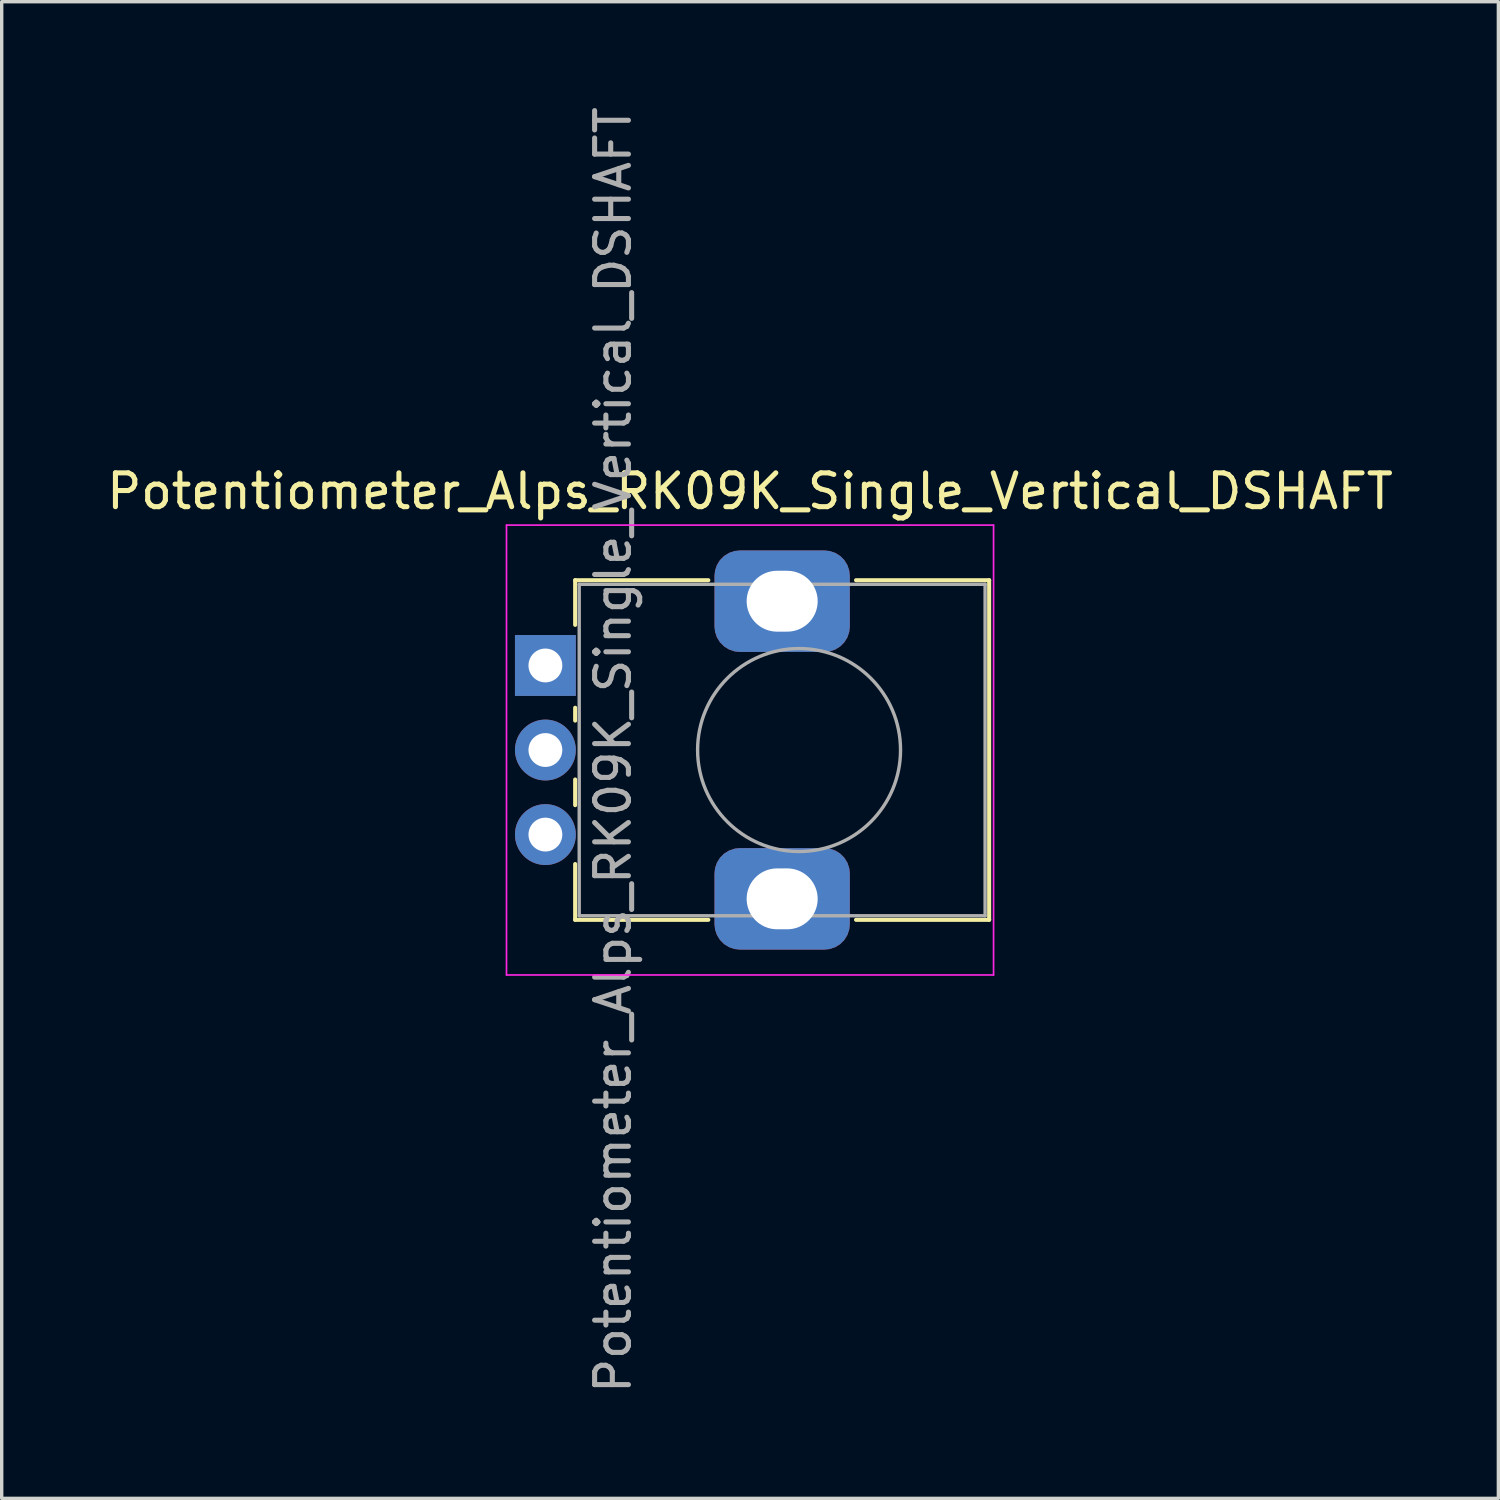
<source format=kicad_pcb>
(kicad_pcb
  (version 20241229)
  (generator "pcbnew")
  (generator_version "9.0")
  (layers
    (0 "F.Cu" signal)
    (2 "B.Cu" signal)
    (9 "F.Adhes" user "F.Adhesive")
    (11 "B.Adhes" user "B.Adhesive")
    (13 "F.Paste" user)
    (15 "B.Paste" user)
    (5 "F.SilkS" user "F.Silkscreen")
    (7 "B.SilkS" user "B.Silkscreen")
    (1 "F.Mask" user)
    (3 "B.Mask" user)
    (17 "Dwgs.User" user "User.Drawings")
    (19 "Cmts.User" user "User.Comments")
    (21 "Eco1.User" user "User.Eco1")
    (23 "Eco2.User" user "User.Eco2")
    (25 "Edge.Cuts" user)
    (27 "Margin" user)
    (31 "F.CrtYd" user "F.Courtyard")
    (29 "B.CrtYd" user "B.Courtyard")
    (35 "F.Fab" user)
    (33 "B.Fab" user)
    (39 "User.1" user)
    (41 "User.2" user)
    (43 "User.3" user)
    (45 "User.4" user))
  (footprint "Potentiometer_Alps_RK09K_Single_Vertical_DSHAFT"
    (layer "F.Cu")
    (at 13.075 16.625)
    (property "Reference" "Potentiometer_Alps_RK09K_Single_Vertical_DSHAFT" (at 6.05 -5.15 0) (layer "F.SilkS") (effects (font (size 1 1) (thickness 0.15))))
    (attr through_hole)
    (fp_line (start 0.88 -2.521) (end 0.88 -1.2) (stroke (width 0.12) (type solid)) (layer "F.SilkS"))
    (fp_line (start 0.88 -2.521) (end 4.817 -2.521) (stroke (width 0.12) (type solid)) (layer "F.SilkS"))
    (fp_line (start 0.88 1.25) (end 0.88 1.63) (stroke (width 0.12) (type solid)) (layer "F.SilkS"))
    (fp_line (start 0.88 3.371) (end 0.88 4.13) (stroke (width 0.12) (type solid)) (layer "F.SilkS"))
    (fp_line (start 0.88 5.87) (end 0.88 7.52) (stroke (width 0.12) (type solid)) (layer "F.SilkS"))
    (fp_line (start 0.88 7.52) (end 4.817 7.52) (stroke (width 0.12) (type solid)) (layer "F.SilkS"))
    (fp_line (start 9.184 -2.521) (end 13.12 -2.521) (stroke (width 0.12) (type solid)) (layer "F.SilkS"))
    (fp_line (start 9.184 7.52) (end 13.12 7.52) (stroke (width 0.12) (type solid)) (layer "F.SilkS"))
    (fp_line (start 13.12 -2.521) (end 13.12 7.52) (stroke (width 0.12) (type solid)) (layer "F.SilkS"))
    (fp_line (start -1.15 -4.15) (end -1.15 9.15) (stroke (width 0.05) (type solid)) (layer "F.CrtYd"))
    (fp_line (start -1.15 9.15) (end 13.25 9.15) (stroke (width 0.05) (type solid)) (layer "F.CrtYd"))
    (fp_line (start 13.25 -4.15) (end -1.15 -4.15) (stroke (width 0.05) (type solid)) (layer "F.CrtYd"))
    (fp_line (start 13.25 9.15) (end 13.25 -4.15) (stroke (width 0.05) (type solid)) (layer "F.CrtYd"))
    (fp_line (start 1 -2.4) (end 1 7.4) (stroke (width 0.1) (type solid)) (layer "F.Fab"))
    (fp_line (start 1 7.4) (end 13 7.4) (stroke (width 0.1) (type solid)) (layer "F.Fab"))
    (fp_line (start 13 -2.4) (end 1 -2.4) (stroke (width 0.1) (type solid)) (layer "F.Fab"))
    (fp_line (start 13 7.4) (end 13 -2.4) (stroke (width 0.1) (type solid)) (layer "F.Fab"))
    (fp_circle (center 7.5 2.5) (end 10.5 2.5) (stroke (width 0.1) (type solid)) (fill no) (layer "F.Fab"))
    (fp_text user "${REFERENCE}" (at 2 2.5 90) (layer "F.Fab") (effects (font (size 1 1) (thickness 0.15))))
    (pad "1" thru_hole rect (at 0 0) (size 1.8 1.8) (drill 1) (layers "*.Cu" "*.Mask"))
    (pad "2" thru_hole circle (at 0 2.5) (size 1.8 1.8) (drill 1) (layers "*.Cu" "*.Mask"))
    (pad "3" thru_hole circle (at 0 5) (size 1.8 1.8) (drill 1) (layers "*.Cu" "*.Mask"))
    (pad "MP" thru_hole roundrect (at 7 -1.9) (size 4 3) (drill oval 2.1 1.8) (layers "*.Cu" "*.Mask") (roundrect_rratio 0.25))
    (pad "MP" thru_hole roundrect (at 7 6.9) (size 4 3) (drill oval 2.1 1.8) (layers "*.Cu" "*.Mask") (roundrect_rratio 0.25)))
  (gr_rect
    (start -3 -3)
    (end 41.25 41.25)
    (stroke (width 0.1) (type default))
    (fill no)
    (layer "Edge.Cuts")))
</source>
